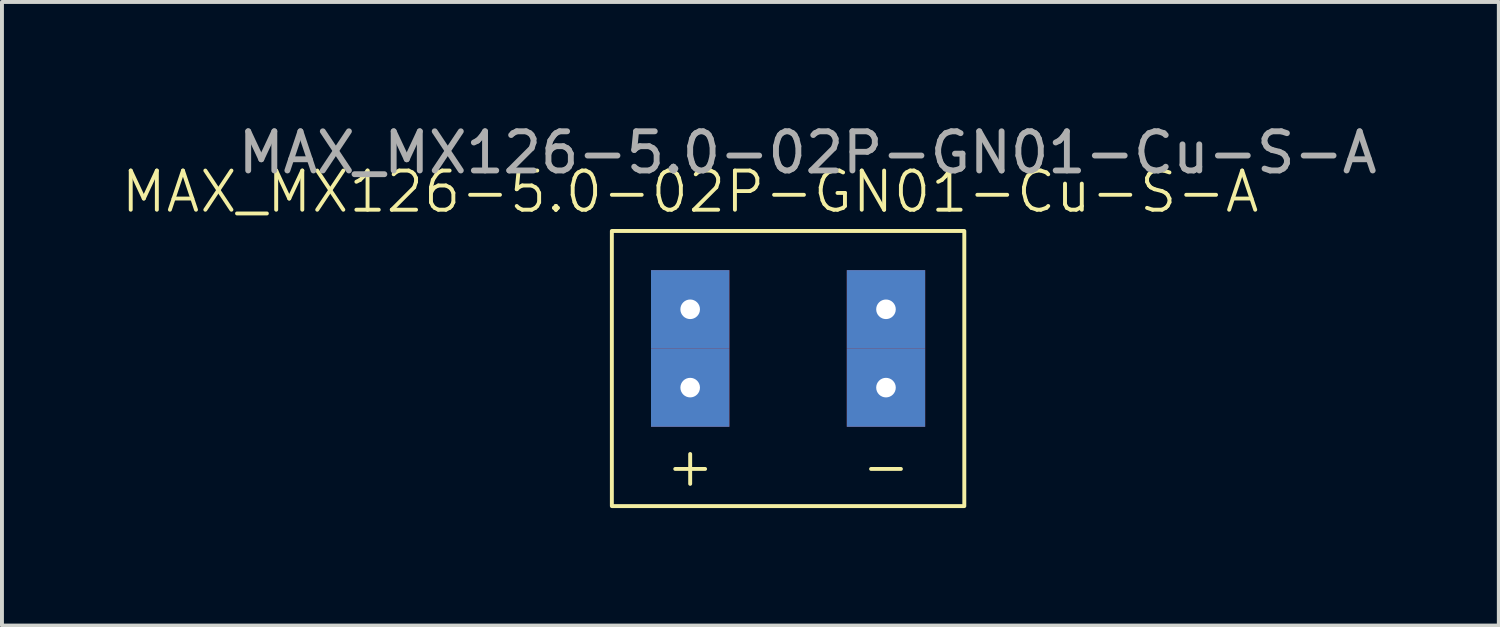
<source format=kicad_pcb>
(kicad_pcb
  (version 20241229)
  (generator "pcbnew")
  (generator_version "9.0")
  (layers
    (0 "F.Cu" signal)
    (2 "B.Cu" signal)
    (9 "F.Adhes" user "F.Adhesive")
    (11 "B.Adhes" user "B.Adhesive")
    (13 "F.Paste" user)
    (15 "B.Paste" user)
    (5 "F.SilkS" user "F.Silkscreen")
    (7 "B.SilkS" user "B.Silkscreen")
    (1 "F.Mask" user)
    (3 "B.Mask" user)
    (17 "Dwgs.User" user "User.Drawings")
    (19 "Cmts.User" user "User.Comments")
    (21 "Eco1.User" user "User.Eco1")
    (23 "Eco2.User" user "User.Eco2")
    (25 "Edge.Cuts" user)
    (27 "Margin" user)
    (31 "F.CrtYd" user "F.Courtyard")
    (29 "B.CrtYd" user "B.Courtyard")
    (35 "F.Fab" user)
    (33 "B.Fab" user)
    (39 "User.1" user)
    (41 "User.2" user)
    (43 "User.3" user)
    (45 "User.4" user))
  (footprint "MAX_MX126-5.0-02P-GN01-Cu-S-A"
    (layer "F.Cu")
    (at 14.574 4.848)
    (property "Reference" "MAX_MX126-5.0-02P-GN01-Cu-S-A" (at 0 -3 0) (unlocked yes) (layer "F.SilkS") (effects (font (size 1 1) (thickness 0.1))))
    (attr through_hole)
    (fp_rect (start -2 -2) (end 7 5.025) (stroke (width 0.1) (type default)) (fill no) (layer "F.SilkS"))
    (fp_text user "+" (at 0 4 0) (unlocked yes) (layer "F.SilkS") (effects (font (size 1 1) (thickness 0.1))))
    (fp_text user "-" (at 5 4 0) (unlocked yes) (layer "F.SilkS") (effects (font (size 1 1) (thickness 0.1))))
    (fp_text user "${REFERENCE}" (at 3 -4 0) (unlocked yes) (layer "F.Fab") (effects (font (size 1 1) (thickness 0.15))))
    (pad "1" thru_hole rect (at 0 0) (size 2 2) (drill 0.5) (layers "*.Cu" "*.Mask"))
    (pad "1" thru_hole rect (at 0 2) (size 2 2) (drill 0.5) (layers "*.Cu" "*.Mask"))
    (pad "2" thru_hole rect (at 5 0) (size 2 2) (drill 0.5) (layers "*.Cu" "*.Mask"))
    (pad "2" thru_hole rect (at 5 2) (size 2 2) (drill 0.5) (layers "*.Cu" "*.Mask")))
  (gr_rect
    (start -3 -3)
    (end 35.223 12.924)
    (stroke (width 0.1) (type default))
    (fill no)
    (layer "Edge.Cuts")))
</source>
